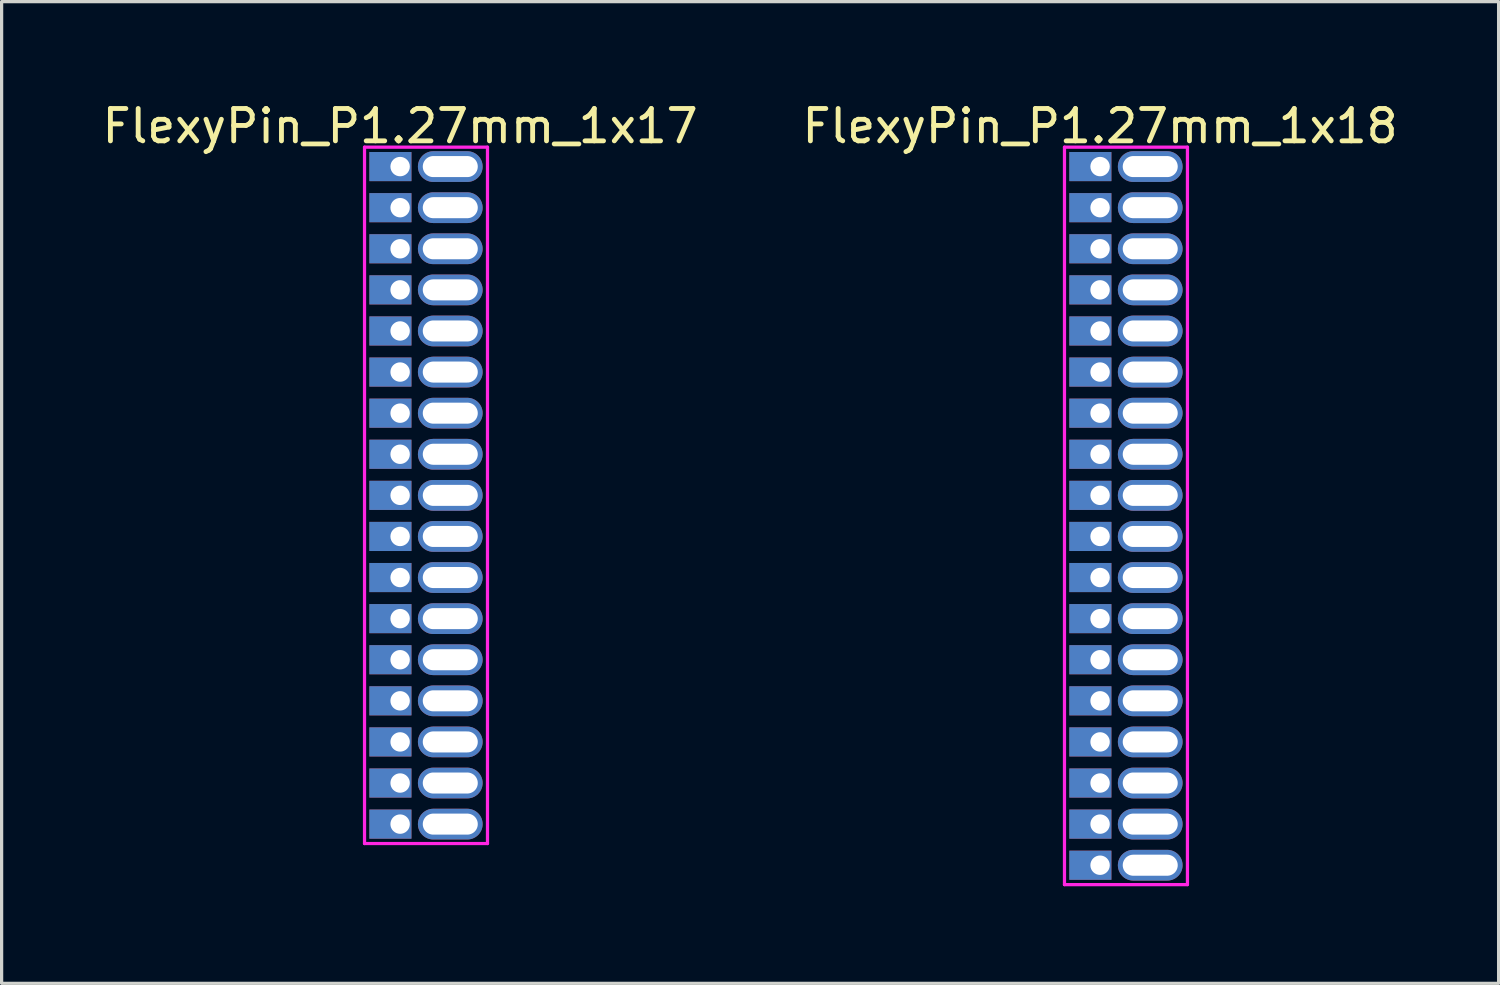
<source format=kicad_pcb>
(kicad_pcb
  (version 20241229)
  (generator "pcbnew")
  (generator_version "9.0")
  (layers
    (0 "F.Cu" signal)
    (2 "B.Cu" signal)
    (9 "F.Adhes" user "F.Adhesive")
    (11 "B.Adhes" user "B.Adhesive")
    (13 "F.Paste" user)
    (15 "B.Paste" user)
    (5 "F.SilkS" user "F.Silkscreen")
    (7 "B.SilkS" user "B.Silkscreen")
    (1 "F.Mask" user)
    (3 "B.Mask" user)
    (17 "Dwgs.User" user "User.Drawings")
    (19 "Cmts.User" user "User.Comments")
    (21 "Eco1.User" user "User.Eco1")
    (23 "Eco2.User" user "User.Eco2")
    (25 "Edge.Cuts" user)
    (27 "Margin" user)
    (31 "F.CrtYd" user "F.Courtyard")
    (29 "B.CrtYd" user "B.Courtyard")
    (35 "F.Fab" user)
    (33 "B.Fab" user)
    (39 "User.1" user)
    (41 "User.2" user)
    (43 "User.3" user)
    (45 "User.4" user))
  (footprint "FlexyPin_P1.27mm_1x18"
    (layer "F.Cu")
    (at 30.946 2.098)
    (property "Reference" "FlexyPin_P1.27mm_1x18" (at 0 -1.25 0) (layer "F.SilkS") (effects (font (size 1 1) (thickness 0.15))))
    (attr through_hole)
    (fp_line (start -1.1 -0.6) (end 2.7 -0.6) (stroke (width 0.1) (type solid)) (layer "F.CrtYd"))
    (fp_line (start -1.1 22.19) (end -1.1 -0.6) (stroke (width 0.1) (type solid)) (layer "F.CrtYd"))
    (fp_line (start 2.7 -0.6) (end 2.7 22.19) (stroke (width 0.1) (type solid)) (layer "F.CrtYd"))
    (fp_line (start 2.7 22.19) (end -1.1 22.19) (stroke (width 0.1) (type solid)) (layer "F.CrtYd"))
    (pad "" thru_hole oval (at 1.55 0) (size 2 0.95) (drill oval 1.7 0.65) (layers "*.Cu" "*.Mask"))
    (pad "" thru_hole oval (at 1.55 1.27) (size 2 0.95) (drill oval 1.7 0.65) (layers "*.Cu" "*.Mask"))
    (pad "" thru_hole oval (at 1.55 2.54) (size 2 0.95) (drill oval 1.7 0.65) (layers "*.Cu" "*.Mask"))
    (pad "" thru_hole oval (at 1.55 3.81) (size 2 0.95) (drill oval 1.7 0.65) (layers "*.Cu" "*.Mask"))
    (pad "" thru_hole oval (at 1.55 5.08) (size 2 0.95) (drill oval 1.7 0.65) (layers "*.Cu" "*.Mask"))
    (pad "" thru_hole oval (at 1.55 6.35) (size 2 0.95) (drill oval 1.7 0.65) (layers "*.Cu" "*.Mask"))
    (pad "" thru_hole oval (at 1.55 7.62) (size 2 0.95) (drill oval 1.7 0.65) (layers "*.Cu" "*.Mask"))
    (pad "" thru_hole oval (at 1.55 8.89) (size 2 0.95) (drill oval 1.7 0.65) (layers "*.Cu" "*.Mask"))
    (pad "" thru_hole oval (at 1.55 10.16) (size 2 0.95) (drill oval 1.7 0.65) (layers "*.Cu" "*.Mask"))
    (pad "" thru_hole oval (at 1.55 11.43) (size 2 0.95) (drill oval 1.7 0.65) (layers "*.Cu" "*.Mask"))
    (pad "" thru_hole oval (at 1.55 12.7) (size 2 0.95) (drill oval 1.7 0.65) (layers "*.Cu" "*.Mask"))
    (pad "" thru_hole oval (at 1.55 13.97) (size 2 0.95) (drill oval 1.7 0.65) (layers "*.Cu" "*.Mask"))
    (pad "" thru_hole oval (at 1.55 15.24) (size 2 0.95) (drill oval 1.7 0.65) (layers "*.Cu" "*.Mask"))
    (pad "" thru_hole oval (at 1.55 16.51) (size 2 0.95) (drill oval 1.7 0.65) (layers "*.Cu" "*.Mask"))
    (pad "" thru_hole oval (at 1.55 17.78) (size 2 0.95) (drill oval 1.7 0.65) (layers "*.Cu" "*.Mask"))
    (pad "" thru_hole oval (at 1.55 19.05) (size 2 0.95) (drill oval 1.7 0.65) (layers "*.Cu" "*.Mask"))
    (pad "" thru_hole oval (at 1.55 20.32) (size 2 0.95) (drill oval 1.7 0.65) (layers "*.Cu" "*.Mask"))
    (pad "" thru_hole oval (at 1.55 21.59) (size 2 0.95) (drill oval 1.7 0.65) (layers "*.Cu" "*.Mask"))
    (pad "1" thru_hole rect (at 0 0) (size 1.3 0.9) (drill 0.6 (offset -0.3 0)) (layers "*.Cu" "*.Mask"))
    (pad "2" thru_hole rect (at 0 1.27) (size 1.3 0.9) (drill 0.6 (offset -0.3 0)) (layers "*.Cu" "*.Mask"))
    (pad "3" thru_hole rect (at 0 2.54) (size 1.3 0.9) (drill 0.6 (offset -0.3 0)) (layers "*.Cu" "*.Mask"))
    (pad "4" thru_hole rect (at 0 3.81) (size 1.3 0.9) (drill 0.6 (offset -0.3 0)) (layers "*.Cu" "*.Mask"))
    (pad "5" thru_hole rect (at 0 5.08) (size 1.3 0.9) (drill 0.6 (offset -0.3 0)) (layers "*.Cu" "*.Mask"))
    (pad "6" thru_hole rect (at 0 6.35) (size 1.3 0.9) (drill 0.6 (offset -0.3 0)) (layers "*.Cu" "*.Mask"))
    (pad "7" thru_hole rect (at 0 7.62) (size 1.3 0.9) (drill 0.6 (offset -0.3 0)) (layers "*.Cu" "*.Mask"))
    (pad "8" thru_hole rect (at 0 8.89) (size 1.3 0.9) (drill 0.6 (offset -0.3 0)) (layers "*.Cu" "*.Mask"))
    (pad "9" thru_hole rect (at 0 10.16) (size 1.3 0.9) (drill 0.6 (offset -0.3 0)) (layers "*.Cu" "*.Mask"))
    (pad "10" thru_hole rect (at 0 11.43) (size 1.3 0.9) (drill 0.6 (offset -0.3 0)) (layers "*.Cu" "*.Mask"))
    (pad "11" thru_hole rect (at 0 12.7) (size 1.3 0.9) (drill 0.6 (offset -0.3 0)) (layers "*.Cu" "*.Mask"))
    (pad "12" thru_hole rect (at 0 13.97) (size 1.3 0.9) (drill 0.6 (offset -0.3 0)) (layers "*.Cu" "*.Mask"))
    (pad "13" thru_hole rect (at 0 15.24) (size 1.3 0.9) (drill 0.6 (offset -0.3 0)) (layers "*.Cu" "*.Mask"))
    (pad "14" thru_hole rect (at 0 16.51) (size 1.3 0.9) (drill 0.6 (offset -0.3 0)) (layers "*.Cu" "*.Mask"))
    (pad "15" thru_hole rect (at 0 17.78) (size 1.3 0.9) (drill 0.6 (offset -0.3 0)) (layers "*.Cu" "*.Mask"))
    (pad "16" thru_hole rect (at 0 19.05) (size 1.3 0.9) (drill 0.6 (offset -0.3 0)) (layers "*.Cu" "*.Mask"))
    (pad "17" thru_hole rect (at 0 20.32) (size 1.3 0.9) (drill 0.6 (offset -0.3 0)) (layers "*.Cu" "*.Mask"))
    (pad "18" thru_hole rect (at 0 21.59) (size 1.3 0.9) (drill 0.6 (offset -0.3 0)) (layers "*.Cu" "*.Mask")))
  (footprint "FlexyPin_P1.27mm_1x17"
    (layer "F.Cu")
    (at 9.315 2.098)
    (property "Reference" "FlexyPin_P1.27mm_1x17" (at 0 -1.25 0) (layer "F.SilkS") (effects (font (size 1 1) (thickness 0.15))))
    (attr through_hole)
    (fp_line (start -1.1 -0.6) (end 2.7 -0.6) (stroke (width 0.1) (type solid)) (layer "F.CrtYd"))
    (fp_line (start -1.1 20.92) (end -1.1 -0.6) (stroke (width 0.1) (type solid)) (layer "F.CrtYd"))
    (fp_line (start 2.7 -0.6) (end 2.7 20.92) (stroke (width 0.1) (type solid)) (layer "F.CrtYd"))
    (fp_line (start 2.7 20.92) (end -1.1 20.92) (stroke (width 0.1) (type solid)) (layer "F.CrtYd"))
    (pad "" thru_hole oval (at 1.55 0) (size 2 0.95) (drill oval 1.7 0.65) (layers "*.Cu" "*.Mask"))
    (pad "" thru_hole oval (at 1.55 1.27) (size 2 0.95) (drill oval 1.7 0.65) (layers "*.Cu" "*.Mask"))
    (pad "" thru_hole oval (at 1.55 2.54) (size 2 0.95) (drill oval 1.7 0.65) (layers "*.Cu" "*.Mask"))
    (pad "" thru_hole oval (at 1.55 3.81) (size 2 0.95) (drill oval 1.7 0.65) (layers "*.Cu" "*.Mask"))
    (pad "" thru_hole oval (at 1.55 5.08) (size 2 0.95) (drill oval 1.7 0.65) (layers "*.Cu" "*.Mask"))
    (pad "" thru_hole oval (at 1.55 6.35) (size 2 0.95) (drill oval 1.7 0.65) (layers "*.Cu" "*.Mask"))
    (pad "" thru_hole oval (at 1.55 7.62) (size 2 0.95) (drill oval 1.7 0.65) (layers "*.Cu" "*.Mask"))
    (pad "" thru_hole oval (at 1.55 8.89) (size 2 0.95) (drill oval 1.7 0.65) (layers "*.Cu" "*.Mask"))
    (pad "" thru_hole oval (at 1.55 10.16) (size 2 0.95) (drill oval 1.7 0.65) (layers "*.Cu" "*.Mask"))
    (pad "" thru_hole oval (at 1.55 11.43) (size 2 0.95) (drill oval 1.7 0.65) (layers "*.Cu" "*.Mask"))
    (pad "" thru_hole oval (at 1.55 12.7) (size 2 0.95) (drill oval 1.7 0.65) (layers "*.Cu" "*.Mask"))
    (pad "" thru_hole oval (at 1.55 13.97) (size 2 0.95) (drill oval 1.7 0.65) (layers "*.Cu" "*.Mask"))
    (pad "" thru_hole oval (at 1.55 15.24) (size 2 0.95) (drill oval 1.7 0.65) (layers "*.Cu" "*.Mask"))
    (pad "" thru_hole oval (at 1.55 16.51) (size 2 0.95) (drill oval 1.7 0.65) (layers "*.Cu" "*.Mask"))
    (pad "" thru_hole oval (at 1.55 17.78) (size 2 0.95) (drill oval 1.7 0.65) (layers "*.Cu" "*.Mask"))
    (pad "" thru_hole oval (at 1.55 19.05) (size 2 0.95) (drill oval 1.7 0.65) (layers "*.Cu" "*.Mask"))
    (pad "" thru_hole oval (at 1.55 20.32) (size 2 0.95) (drill oval 1.7 0.65) (layers "*.Cu" "*.Mask"))
    (pad "1" thru_hole rect (at 0 0) (size 1.3 0.9) (drill 0.6 (offset -0.3 0)) (layers "*.Cu" "*.Mask"))
    (pad "2" thru_hole rect (at 0 1.27) (size 1.3 0.9) (drill 0.6 (offset -0.3 0)) (layers "*.Cu" "*.Mask"))
    (pad "3" thru_hole rect (at 0 2.54) (size 1.3 0.9) (drill 0.6 (offset -0.3 0)) (layers "*.Cu" "*.Mask"))
    (pad "4" thru_hole rect (at 0 3.81) (size 1.3 0.9) (drill 0.6 (offset -0.3 0)) (layers "*.Cu" "*.Mask"))
    (pad "5" thru_hole rect (at 0 5.08) (size 1.3 0.9) (drill 0.6 (offset -0.3 0)) (layers "*.Cu" "*.Mask"))
    (pad "6" thru_hole rect (at 0 6.35) (size 1.3 0.9) (drill 0.6 (offset -0.3 0)) (layers "*.Cu" "*.Mask"))
    (pad "7" thru_hole rect (at 0 7.62) (size 1.3 0.9) (drill 0.6 (offset -0.3 0)) (layers "*.Cu" "*.Mask"))
    (pad "8" thru_hole rect (at 0 8.89) (size 1.3 0.9) (drill 0.6 (offset -0.3 0)) (layers "*.Cu" "*.Mask"))
    (pad "9" thru_hole rect (at 0 10.16) (size 1.3 0.9) (drill 0.6 (offset -0.3 0)) (layers "*.Cu" "*.Mask"))
    (pad "10" thru_hole rect (at 0 11.43) (size 1.3 0.9) (drill 0.6 (offset -0.3 0)) (layers "*.Cu" "*.Mask"))
    (pad "11" thru_hole rect (at 0 12.7) (size 1.3 0.9) (drill 0.6 (offset -0.3 0)) (layers "*.Cu" "*.Mask"))
    (pad "12" thru_hole rect (at 0 13.97) (size 1.3 0.9) (drill 0.6 (offset -0.3 0)) (layers "*.Cu" "*.Mask"))
    (pad "13" thru_hole rect (at 0 15.24) (size 1.3 0.9) (drill 0.6 (offset -0.3 0)) (layers "*.Cu" "*.Mask"))
    (pad "14" thru_hole rect (at 0 16.51) (size 1.3 0.9) (drill 0.6 (offset -0.3 0)) (layers "*.Cu" "*.Mask"))
    (pad "15" thru_hole rect (at 0 17.78) (size 1.3 0.9) (drill 0.6 (offset -0.3 0)) (layers "*.Cu" "*.Mask"))
    (pad "16" thru_hole rect (at 0 19.05) (size 1.3 0.9) (drill 0.6 (offset -0.3 0)) (layers "*.Cu" "*.Mask"))
    (pad "17" thru_hole rect (at 0 20.32) (size 1.3 0.9) (drill 0.6 (offset -0.3 0)) (layers "*.Cu" "*.Mask")))
  (gr_rect
    (start -3 -3)
    (end 43.262 27.338)
    (stroke (width 0.1) (type default))
    (fill no)
    (layer "Edge.Cuts")))
</source>
